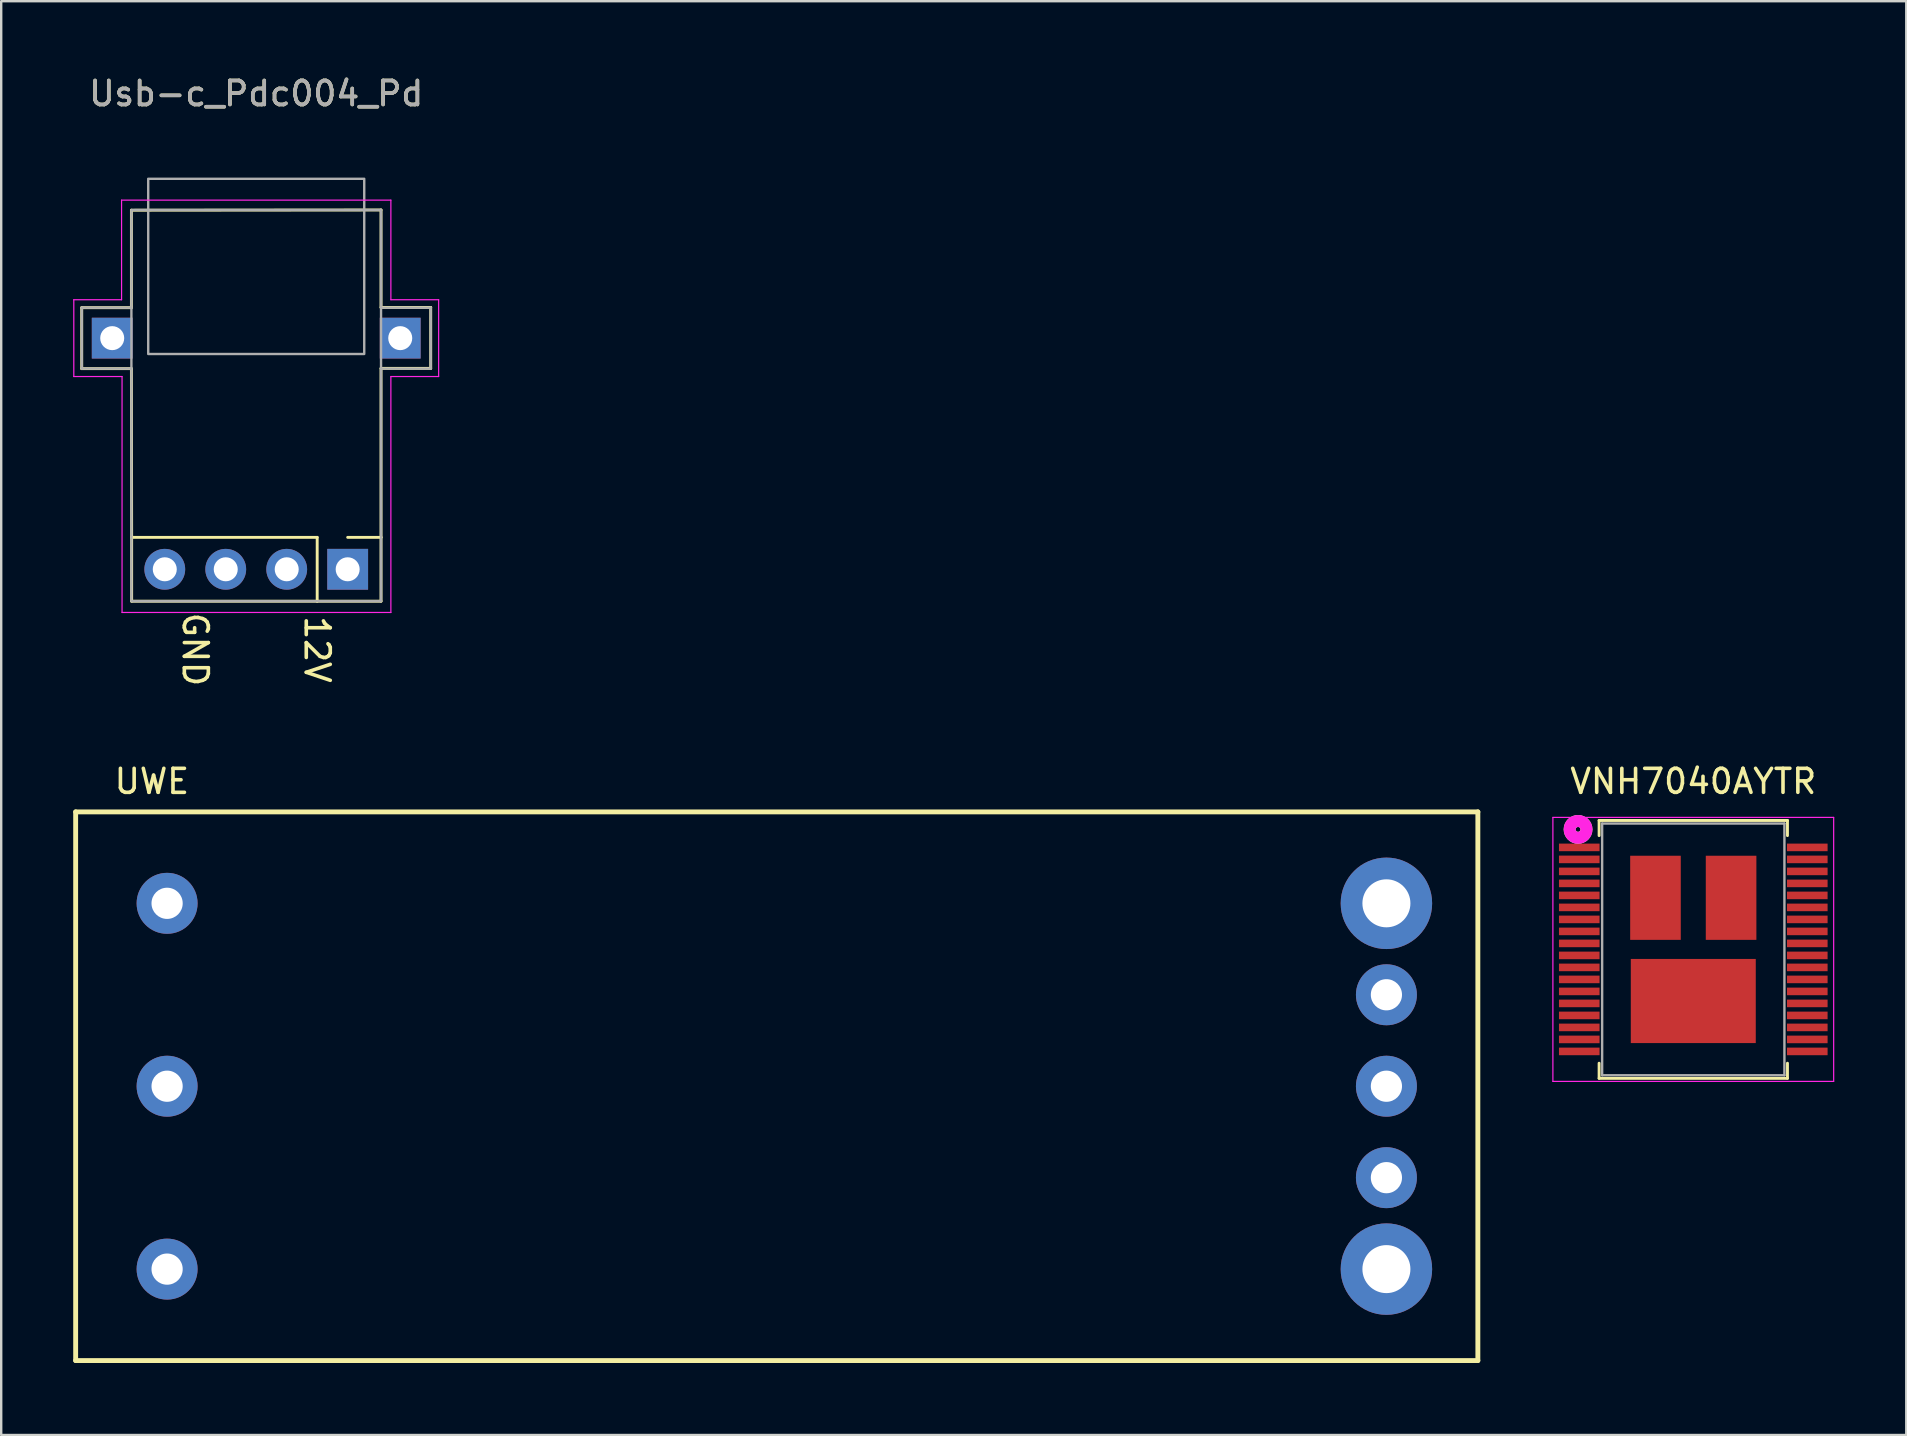
<source format=kicad_pcb>
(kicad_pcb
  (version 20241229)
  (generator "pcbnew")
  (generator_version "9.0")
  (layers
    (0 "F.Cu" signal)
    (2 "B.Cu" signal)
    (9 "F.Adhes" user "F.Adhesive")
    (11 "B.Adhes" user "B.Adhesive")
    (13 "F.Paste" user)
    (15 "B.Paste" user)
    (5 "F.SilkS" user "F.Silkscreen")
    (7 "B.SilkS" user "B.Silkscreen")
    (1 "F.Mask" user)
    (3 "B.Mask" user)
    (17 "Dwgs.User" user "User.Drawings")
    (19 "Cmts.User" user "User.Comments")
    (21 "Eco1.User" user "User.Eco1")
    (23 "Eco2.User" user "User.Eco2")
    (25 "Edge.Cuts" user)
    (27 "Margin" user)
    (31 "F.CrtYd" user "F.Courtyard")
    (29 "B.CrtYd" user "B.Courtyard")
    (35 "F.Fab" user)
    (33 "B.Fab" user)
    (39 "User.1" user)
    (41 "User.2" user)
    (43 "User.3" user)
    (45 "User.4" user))
  (footprint "VNH7040AYTR"
    (layer "F.Cu")
    (at 67.497 36.505)
    (property "Reference" "VNH7040AYTR" (at 0 -7 0) (layer "F.SilkS") (effects (font (size 1 1) (thickness 0.15))))
    (attr through_hole)
    (fp_line (start -3.924 -5.372) (end -3.924 -4.741) (stroke (width 0.12) (type solid)) (layer "F.SilkS"))
    (fp_line (start -3.924 4.741) (end -3.924 5.372) (stroke (width 0.12) (type solid)) (layer "F.SilkS"))
    (fp_line (start -3.924 5.372) (end 3.924 5.372) (stroke (width 0.12) (type solid)) (layer "F.SilkS"))
    (fp_line (start 3.924 -5.372) (end -3.924 -5.372) (stroke (width 0.12) (type solid)) (layer "F.SilkS"))
    (fp_line (start 3.924 -4.741) (end 3.924 -5.372) (stroke (width 0.12) (type solid)) (layer "F.SilkS"))
    (fp_line (start 3.924 5.372) (end 3.924 4.741) (stroke (width 0.12) (type solid)) (layer "F.SilkS"))
    (fp_circle (center -4.8 -5) (end -4.7 -5) (stroke (width 0.5) (type solid)) (fill no) (layer "F.SilkS"))
    (fp_line (start -5.849 -5.499) (end 5.849 -5.499) (stroke (width 0.05) (type solid)) (layer "F.CrtYd"))
    (fp_line (start -5.849 5.499) (end -5.849 -5.499) (stroke (width 0.05) (type solid)) (layer "F.CrtYd"))
    (fp_line (start 5.849 -5.499) (end 5.849 5.499) (stroke (width 0.05) (type solid)) (layer "F.CrtYd"))
    (fp_line (start 5.849 5.499) (end -5.849 5.499) (stroke (width 0.05) (type solid)) (layer "F.CrtYd"))
    (fp_circle (center -4.8 -5) (end -4.7 -5) (stroke (width 0.5) (type solid)) (fill no) (layer "F.CrtYd"))
    (fp_line (start -3.797 -5.245) (end -3.797 5.245) (stroke (width 0.1) (type solid)) (layer "F.Fab"))
    (fp_line (start -3.797 5.245) (end 3.797 5.245) (stroke (width 0.1) (type solid)) (layer "F.Fab"))
    (fp_line (start 3.797 -5.245) (end -3.797 -5.245) (stroke (width 0.1) (type solid)) (layer "F.Fab"))
    (fp_line (start 3.797 5.245) (end 3.797 -5.245) (stroke (width 0.1) (type solid)) (layer "F.Fab"))
    (pad "1" smd rect (at -4.75 0.25) (size 1.691 0.316) (layers "F.Cu" "F.Mask" "F.Paste"))
    (pad "1" smd rect (at 0 2.15) (size 5.207 3.505) (layers "F.Cu" "F.Mask" "F.Paste"))
    (pad "1" smd rect (at 4.75 0.25) (size 1.691 0.316) (layers "F.Cu" "F.Mask" "F.Paste"))
    (pad "2" smd rect (at -4.75 -3.25) (size 1.691 0.316) (layers "F.Cu" "F.Mask" "F.Paste"))
    (pad "2" smd rect (at -4.75 -2.75) (size 1.691 0.316) (layers "F.Cu" "F.Mask" "F.Paste"))
    (pad "2" smd rect (at -4.75 -2.25) (size 1.691 0.316) (layers "F.Cu" "F.Mask" "F.Paste"))
    (pad "2" smd rect (at -4.75 -1.75) (size 1.691 0.316) (layers "F.Cu" "F.Mask" "F.Paste"))
    (pad "2" smd rect (at -4.75 -1.25) (size 1.691 0.316) (layers "F.Cu" "F.Mask" "F.Paste"))
    (pad "2" smd rect (at 4.75 -3.25) (size 1.691 0.316) (layers "F.Cu" "F.Mask" "F.Paste"))
    (pad "2" smd rect (at 4.75 -2.75) (size 1.691 0.316) (layers "F.Cu" "F.Mask" "F.Paste"))
    (pad "2" smd rect (at 4.75 -2.25) (size 1.691 0.316) (layers "F.Cu" "F.Mask" "F.Paste"))
    (pad "2" smd rect (at 4.75 -1.75) (size 1.691 0.316) (layers "F.Cu" "F.Mask" "F.Paste"))
    (pad "2" smd rect (at 4.75 -1.25) (size 1.691 0.316) (layers "F.Cu" "F.Mask" "F.Paste"))
    (pad "3" smd rect (at -4.75 3.25) (size 1.691 0.316) (layers "F.Cu" "F.Mask" "F.Paste"))
    (pad "4" smd rect (at 4.75 3.25) (size 1.691 0.316) (layers "F.Cu" "F.Mask" "F.Paste"))
    (pad "5" smd rect (at -4.75 3.75) (size 1.691 0.316) (layers "F.Cu" "F.Mask" "F.Paste"))
    (pad "6" smd rect (at -4.75 2.75) (size 1.691 0.316) (layers "F.Cu" "F.Mask" "F.Paste"))
    (pad "7" smd rect (at 4.75 2.75) (size 1.691 0.316) (layers "F.Cu" "F.Mask" "F.Paste"))
    (pad "8" smd rect (at 4.75 3.75) (size 1.691 0.316) (layers "F.Cu" "F.Mask" "F.Paste"))
    (pad "9" smd rect (at 4.75 4.25) (size 1.691 0.316) (layers "F.Cu" "F.Mask" "F.Paste"))
    (pad "10" smd rect (at -4.75 -4.25) (size 1.691 0.316) (layers "F.Cu" "F.Mask" "F.Paste"))
    (pad "10" smd rect (at -4.75 4.25) (size 1.691 0.316) (layers "F.Cu" "F.Mask" "F.Paste"))
    (pad "10" smd rect (at 4.75 -4.25) (size 1.691 0.316) (layers "F.Cu" "F.Mask" "F.Paste"))
    (pad "11" smd rect (at -4.75 -3.75) (size 1.691 0.316) (layers "F.Cu" "F.Mask" "F.Paste"))
    (pad "11" smd rect (at -4.75 -0.75) (size 1.691 0.316) (layers "F.Cu" "F.Mask" "F.Paste"))
    (pad "11" smd rect (at -4.75 -0.25) (size 1.691 0.316) (layers "F.Cu" "F.Mask" "F.Paste"))
    (pad "11" smd rect (at -4.75 0.75) (size 1.691 0.316) (layers "F.Cu" "F.Mask" "F.Paste"))
    (pad "11" smd rect (at -4.75 1.25) (size 1.691 0.316) (layers "F.Cu" "F.Mask" "F.Paste"))
    (pad "11" smd rect (at -4.75 1.75) (size 1.691 0.316) (layers "F.Cu" "F.Mask" "F.Paste"))
    (pad "11" smd rect (at -4.75 2.25) (size 1.691 0.316) (layers "F.Cu" "F.Mask" "F.Paste"))
    (pad "11" smd rect (at -1.575 -2.15) (size 2.108 3.505) (layers "F.Cu" "F.Mask" "F.Paste"))
    (pad "12" smd rect (at 1.575 -2.15) (size 2.108 3.505) (layers "F.Cu" "F.Mask" "F.Paste"))
    (pad "12" smd rect (at 4.75 -3.75) (size 1.691 0.316) (layers "F.Cu" "F.Mask" "F.Paste"))
    (pad "12" smd rect (at 4.75 -0.75) (size 1.691 0.316) (layers "F.Cu" "F.Mask" "F.Paste"))
    (pad "12" smd rect (at 4.75 -0.25) (size 1.691 0.316) (layers "F.Cu" "F.Mask" "F.Paste"))
    (pad "12" smd rect (at 4.75 0.75) (size 1.691 0.316) (layers "F.Cu" "F.Mask" "F.Paste"))
    (pad "12" smd rect (at 4.75 1.25) (size 1.691 0.316) (layers "F.Cu" "F.Mask" "F.Paste"))
    (pad "12" smd rect (at 4.75 1.75) (size 1.691 0.316) (layers "F.Cu" "F.Mask" "F.Paste"))
    (pad "12" smd rect (at 4.75 2.25) (size 1.691 0.316) (layers "F.Cu" "F.Mask" "F.Paste")))
  (footprint "Usb-c_Pdc004_Pd"
    (layer "F.Cu")
    (at 7.625 13.848)
    (property "Reference" "Usb-c_Pdc004_Pd" (at 0 -13 0) (unlocked yes) (layer "F.SilkS") (effects (font (size 1 1) (thickness 0.15))))
    (attr through_hole)
    (fp_line (start -7.27 -4.08) (end -5.2 -4.08) (stroke (width 0.12) (type solid)) (layer "F.SilkS"))
    (fp_line (start -7.27 -1.54) (end -7.27 -4.08) (stroke (width 0.12) (type solid)) (layer "F.SilkS"))
    (fp_line (start -7.27 -1.54) (end -5.2 -1.54) (stroke (width 0.12) (type solid)) (layer "F.SilkS"))
    (fp_line (start -5.2 -8.14) (end 5.2 -8.15) (stroke (width 0.12) (type solid)) (layer "F.SilkS"))
    (fp_line (start -5.2 -4.08) (end -5.2 -8.14) (stroke (width 0.12) (type solid)) (layer "F.SilkS"))
    (fp_line (start -5.2 -1.54) (end -5.19 5.49) (stroke (width 0.12) (type solid)) (layer "F.SilkS"))
    (fp_line (start -5.19 5.49) (end -5.19 8.15) (stroke (width 0.12) (type solid)) (layer "F.SilkS"))
    (fp_line (start 2.54 5.49) (end -5.19 5.49) (stroke (width 0.12) (type solid)) (layer "F.SilkS"))
    (fp_line (start 2.54 5.49) (end 2.54 8.15) (stroke (width 0.12) (type solid)) (layer "F.SilkS"))
    (fp_line (start 2.54 8.15) (end -5.19 8.15) (stroke (width 0.12) (type solid)) (layer "F.SilkS"))
    (fp_line (start 2.54 8.15) (end 5.2 8.15) (stroke (width 0.12) (type solid)) (layer "F.SilkS"))
    (fp_line (start 3.81 5.49) (end 5.2 5.49) (stroke (width 0.12) (type solid)) (layer "F.SilkS"))
    (fp_line (start 5.2 -8.15) (end 5.2 -4.09) (stroke (width 0.12) (type solid)) (layer "F.SilkS"))
    (fp_line (start 5.2 -4.09) (end 7.27 -4.09) (stroke (width 0.12) (type solid)) (layer "F.SilkS"))
    (fp_line (start 5.2 -1.55) (end 5.2 5.49) (stroke (width 0.12) (type solid)) (layer "F.SilkS"))
    (fp_line (start 5.2 5.49) (end 5.2 8.15) (stroke (width 0.12) (type solid)) (layer "F.SilkS"))
    (fp_line (start 7.27 -1.55) (end 5.2 -1.55) (stroke (width 0.12) (type solid)) (layer "F.SilkS"))
    (fp_line (start 7.27 -1.55) (end 7.27 -4.09) (stroke (width 0.12) (type solid)) (layer "F.SilkS"))
    (fp_line (start -7.6 -4.41) (end -7.6 -1.21) (stroke (width 0.05) (type solid)) (layer "F.CrtYd"))
    (fp_line (start -7.6 -1.21) (end -5.59 -1.21) (stroke (width 0.05) (type solid)) (layer "F.CrtYd"))
    (fp_line (start -5.61 -8.56) (end -5.61 -4.41) (stroke (width 0.05) (type solid)) (layer "F.CrtYd"))
    (fp_line (start -5.61 -4.41) (end -7.6 -4.41) (stroke (width 0.05) (type solid)) (layer "F.CrtYd"))
    (fp_line (start -5.59 -1.21) (end -5.59 8.62) (stroke (width 0.05) (type solid)) (layer "F.CrtYd"))
    (fp_line (start -5.59 8.62) (end 5.61 8.62) (stroke (width 0.05) (type solid)) (layer "F.CrtYd"))
    (fp_line (start 5.61 -8.56) (end -5.61 -8.56) (stroke (width 0.05) (type solid)) (layer "F.CrtYd"))
    (fp_line (start 5.61 -4.41) (end 5.61 -8.56) (stroke (width 0.05) (type solid)) (layer "F.CrtYd"))
    (fp_line (start 5.61 -1.21) (end 7.6 -1.21) (stroke (width 0.05) (type solid)) (layer "F.CrtYd"))
    (fp_line (start 5.61 8.62) (end 5.61 -1.21) (stroke (width 0.05) (type solid)) (layer "F.CrtYd"))
    (fp_line (start 7.6 -4.41) (end 5.61 -4.41) (stroke (width 0.05) (type solid)) (layer "F.CrtYd"))
    (fp_line (start 7.6 -1.21) (end 7.6 -4.41) (stroke (width 0.05) (type solid)) (layer "F.CrtYd"))
    (fp_line (start -7.27 -4.08) (end -5.2 -4.08) (stroke (width 0.1) (type solid)) (layer "F.Fab"))
    (fp_line (start -7.27 -1.54) (end -7.27 -4.08) (stroke (width 0.1) (type solid)) (layer "F.Fab"))
    (fp_line (start -5.2 -1.54) (end -7.27 -1.54) (stroke (width 0.1) (type solid)) (layer "F.Fab"))
    (fp_line (start 5.2 -4.08) (end 7.27 -4.08) (stroke (width 0.1) (type solid)) (layer "F.Fab"))
    (fp_line (start 7.27 -4.08) (end 7.27 -1.54) (stroke (width 0.1) (type solid)) (layer "F.Fab"))
    (fp_line (start 7.27 -1.54) (end 5.2 -1.54) (stroke (width 0.1) (type solid)) (layer "F.Fab"))
    (fp_rect (start -5.2 -8.15) (end 5.2 8.15) (stroke (width 0.1) (type solid)) (fill no) (layer "F.Fab"))
    (fp_rect (start -4.5 -2.15) (end 4.5 -9.45) (stroke (width 0.1) (type solid)) (fill no) (layer "F.Fab"))
    (fp_text user "GND" (at -2.54 10.16 270) (unlocked yes) (layer "F.SilkS") (effects (font (size 1 1) (thickness 0.15))))
    (fp_text user "12V" (at 2.54 10.16 270) (unlocked yes) (layer "F.SilkS") (effects (font (size 1 1) (thickness 0.15))))
    (fp_text user "${REFERENCE}" (at 0 -13 0) (unlocked yes) (layer "F.Fab") (effects (font (size 1 1) (thickness 0.15))))
    (pad "1" thru_hole oval (at 1.27 6.82 270) (size 1.7 1.7) (drill 1) (layers "*.Cu" "*.Mask"))
    (pad "1" thru_hole rect (at 3.81 6.82 270) (size 1.7 1.7) (drill 1) (layers "*.Cu" "*.Mask"))
    (pad "2" thru_hole rect (at -6 -2.81) (size 1.7 1.7) (drill 1) (layers "*.Cu" "*.Mask"))
    (pad "2" thru_hole oval (at -3.81 6.82 270) (size 1.7 1.7) (drill 1) (layers "*.Cu" "*.Mask"))
    (pad "2" thru_hole oval (at -1.27 6.82 270) (size 1.7 1.7) (drill 1) (layers "*.Cu" "*.Mask"))
    (pad "2" thru_hole rect (at 6 -2.81) (size 1.7 1.7) (drill 1) (layers "*.Cu" "*.Mask")))
  (footprint "UWE"
    (layer "F.Cu")
    (at 29.312 42.205)
    (property "Reference" "UWE" (at -26.035 -12.7 0) (layer "F.SilkS") (effects (font (size 1 1) (thickness 0.15))))
    (attr through_hole)
    (fp_line (start -29.21 -11.43) (end 29.21 -11.43) (stroke (width 0.203) (type solid)) (layer "F.SilkS"))
    (fp_line (start -29.21 11.43) (end -29.21 -11.43) (stroke (width 0.203) (type solid)) (layer "F.SilkS"))
    (fp_line (start 29.21 -11.43) (end 29.21 11.43) (stroke (width 0.203) (type solid)) (layer "F.SilkS"))
    (fp_line (start 29.21 11.43) (end -29.21 11.43) (stroke (width 0.203) (type solid)) (layer "F.SilkS"))
    (pad "1" thru_hole circle (at -25.4 -7.62) (size 2.54 2.54) (drill 1.3) (layers "*.Cu" "*.Mask"))
    (pad "2" thru_hole circle (at -25.4 0) (size 2.54 2.54) (drill 1.3) (layers "*.Cu" "*.Mask"))
    (pad "3" thru_hole circle (at -25.4 7.62) (size 2.54 2.54) (drill 1.3) (layers "*.Cu" "*.Mask"))
    (pad "4" thru_hole circle (at 25.4 7.62) (size 3.81 3.81) (drill 2) (layers "*.Cu" "*.Mask"))
    (pad "5" thru_hole circle (at 25.4 3.81) (size 2.54 2.54) (drill 1.3) (layers "*.Cu" "*.Mask"))
    (pad "6" thru_hole circle (at 25.4 0) (size 2.54 2.54) (drill 1.3) (layers "*.Cu" "*.Mask"))
    (pad "7" thru_hole circle (at 25.4 -3.81) (size 2.54 2.54) (drill 1.3) (layers "*.Cu" "*.Mask"))
    (pad "8" thru_hole circle (at 25.4 -7.62) (size 3.81 3.81) (drill 2) (layers "*.Cu" "*.Mask")))
  (gr_rect
    (start -3 -3)
    (end 76.371 56.737)
    (stroke (width 0.1) (type default))
    (fill no)
    (layer "Edge.Cuts")))
</source>
